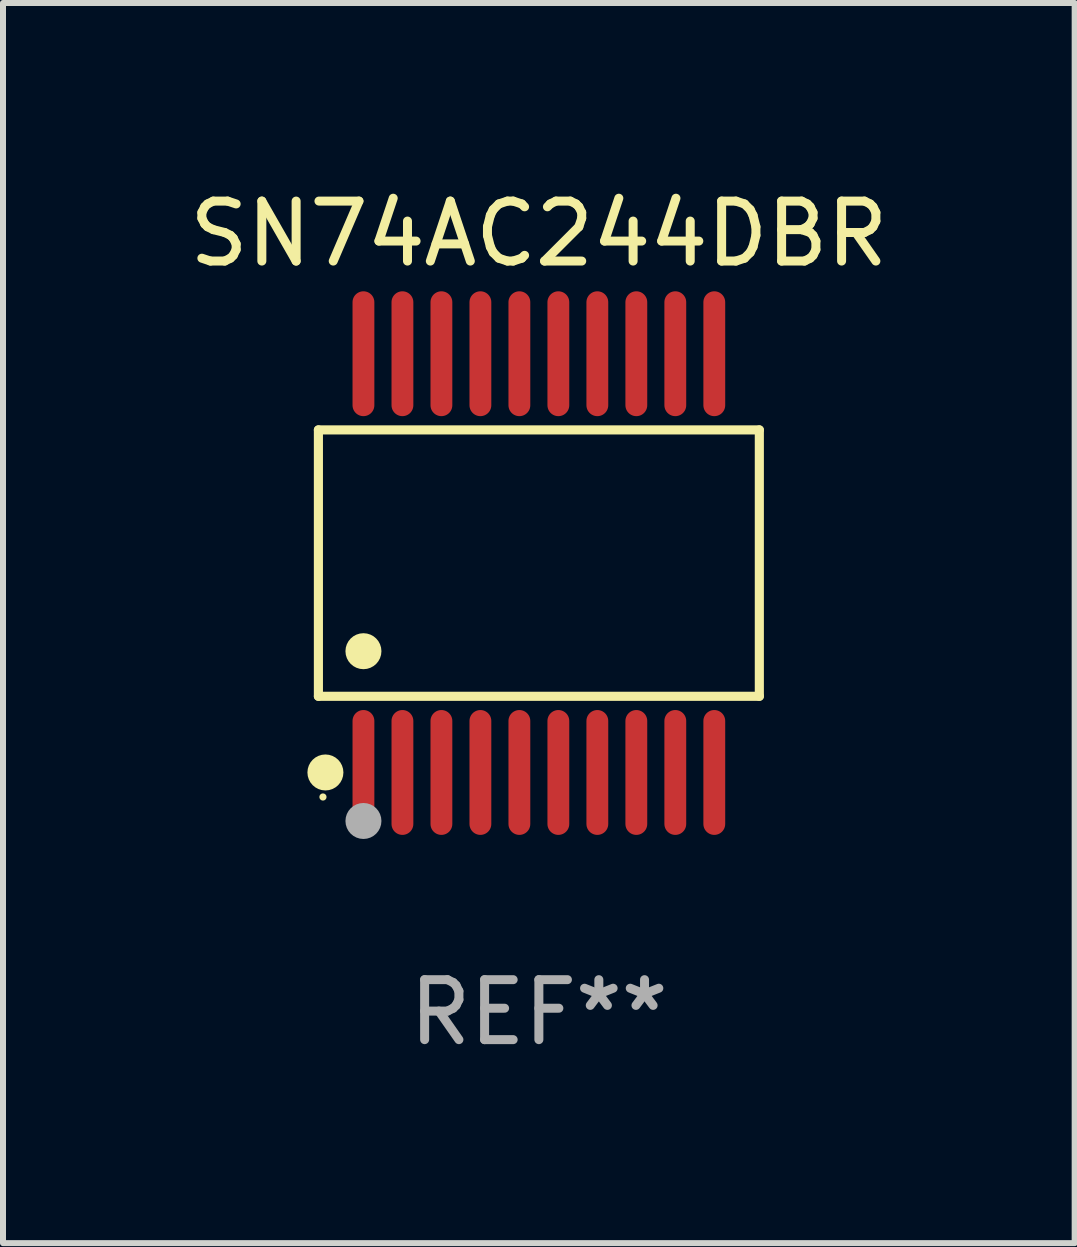
<source format=kicad_pcb>
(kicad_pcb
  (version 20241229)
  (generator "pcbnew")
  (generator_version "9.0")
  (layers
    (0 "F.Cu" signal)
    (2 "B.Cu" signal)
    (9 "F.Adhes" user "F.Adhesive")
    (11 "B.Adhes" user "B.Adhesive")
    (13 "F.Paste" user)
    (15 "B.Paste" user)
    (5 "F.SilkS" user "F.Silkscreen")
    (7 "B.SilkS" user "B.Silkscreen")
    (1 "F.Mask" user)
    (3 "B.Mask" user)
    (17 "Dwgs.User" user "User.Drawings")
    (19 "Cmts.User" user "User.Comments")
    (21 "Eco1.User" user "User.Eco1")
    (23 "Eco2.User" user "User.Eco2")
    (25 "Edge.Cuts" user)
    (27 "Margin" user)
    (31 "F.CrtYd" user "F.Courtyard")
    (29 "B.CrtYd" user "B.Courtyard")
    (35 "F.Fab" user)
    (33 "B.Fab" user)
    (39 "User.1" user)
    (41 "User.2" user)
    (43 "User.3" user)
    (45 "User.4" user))
  (footprint "SN74AC244DBR"
    (layer "F.Cu")
    (at 5.935 6.339)
    (property "Reference" "SN74AC244DBR" (at 0 -5.491 0) (layer "F.SilkS") (effects (font (size 1 1) (thickness 0.15))))
    (attr through_hole)
    (fp_line (start -3.676 -2.221) (end 3.676 -2.221) (stroke (width 0.152) (type solid)) (layer "F.SilkS"))
    (fp_line (start -3.676 2.221) (end -3.676 -2.221) (stroke (width 0.152) (type solid)) (layer "F.SilkS"))
    (fp_line (start 3.676 -2.221) (end 3.676 2.221) (stroke (width 0.152) (type solid)) (layer "F.SilkS"))
    (fp_line (start 3.676 2.221) (end -3.676 2.221) (stroke (width 0.152) (type solid)) (layer "F.SilkS"))
    (fp_circle (center -3.6 3.9) (end -3.57 3.9) (stroke (width 0.06) (type solid)) (fill no) (layer "F.SilkS"))
    (fp_circle (center -3.559 3.491) (end -3.409 3.491) (stroke (width 0.3) (type solid)) (fill no) (layer "F.SilkS"))
    (fp_circle (center -2.925 1.469) (end -2.775 1.469) (stroke (width 0.3) (type solid)) (fill no) (layer "F.SilkS"))
    (fp_circle (center -2.925 4.3) (end -2.775 4.3) (stroke (width 0.3) (type solid)) (fill no) (layer "F.Fab"))
    (fp_text user "REF**" (at 0 7.491 0) (layer "F.Fab") (effects (font (size 1 1) (thickness 0.15))))
    (pad "1" smd oval (at -2.925 3.491) (size 0.364 2.082) (layers "F.Cu" "F.Mask" "F.Paste"))
    (pad "2" smd oval (at -2.275 3.491) (size 0.364 2.082) (layers "F.Cu" "F.Mask" "F.Paste"))
    (pad "3" smd oval (at -1.625 3.491) (size 0.364 2.082) (layers "F.Cu" "F.Mask" "F.Paste"))
    (pad "4" smd oval (at -0.975 3.491) (size 0.364 2.082) (layers "F.Cu" "F.Mask" "F.Paste"))
    (pad "5" smd oval (at -0.325 3.491) (size 0.364 2.082) (layers "F.Cu" "F.Mask" "F.Paste"))
    (pad "6" smd oval (at 0.325 3.491) (size 0.364 2.082) (layers "F.Cu" "F.Mask" "F.Paste"))
    (pad "7" smd oval (at 0.975 3.491) (size 0.364 2.082) (layers "F.Cu" "F.Mask" "F.Paste"))
    (pad "8" smd oval (at 1.625 3.491) (size 0.364 2.082) (layers "F.Cu" "F.Mask" "F.Paste"))
    (pad "9" smd oval (at 2.275 3.491) (size 0.364 2.082) (layers "F.Cu" "F.Mask" "F.Paste"))
    (pad "10" smd oval (at 2.925 3.491) (size 0.364 2.082) (layers "F.Cu" "F.Mask" "F.Paste"))
    (pad "11" smd oval (at 2.925 -3.491) (size 0.364 2.082) (layers "F.Cu" "F.Mask" "F.Paste"))
    (pad "12" smd oval (at 2.275 -3.491) (size 0.364 2.082) (layers "F.Cu" "F.Mask" "F.Paste"))
    (pad "13" smd oval (at 1.625 -3.491) (size 0.364 2.082) (layers "F.Cu" "F.Mask" "F.Paste"))
    (pad "14" smd oval (at 0.975 -3.491) (size 0.364 2.082) (layers "F.Cu" "F.Mask" "F.Paste"))
    (pad "15" smd oval (at 0.325 -3.491) (size 0.364 2.082) (layers "F.Cu" "F.Mask" "F.Paste"))
    (pad "16" smd oval (at -0.325 -3.491) (size 0.364 2.082) (layers "F.Cu" "F.Mask" "F.Paste"))
    (pad "17" smd oval (at -0.975 -3.491) (size 0.364 2.082) (layers "F.Cu" "F.Mask" "F.Paste"))
    (pad "18" smd oval (at -1.625 -3.491) (size 0.364 2.082) (layers "F.Cu" "F.Mask" "F.Paste"))
    (pad "19" smd oval (at -2.275 -3.491) (size 0.364 2.082) (layers "F.Cu" "F.Mask" "F.Paste"))
    (pad "20" smd oval (at -2.925 -3.491) (size 0.364 2.082) (layers "F.Cu" "F.Mask" "F.Paste")))
  (gr_rect
    (start -3 -3)
    (end 14.869 17.678)
    (stroke (width 0.1) (type default))
    (fill no)
    (layer "Edge.Cuts")))
</source>
